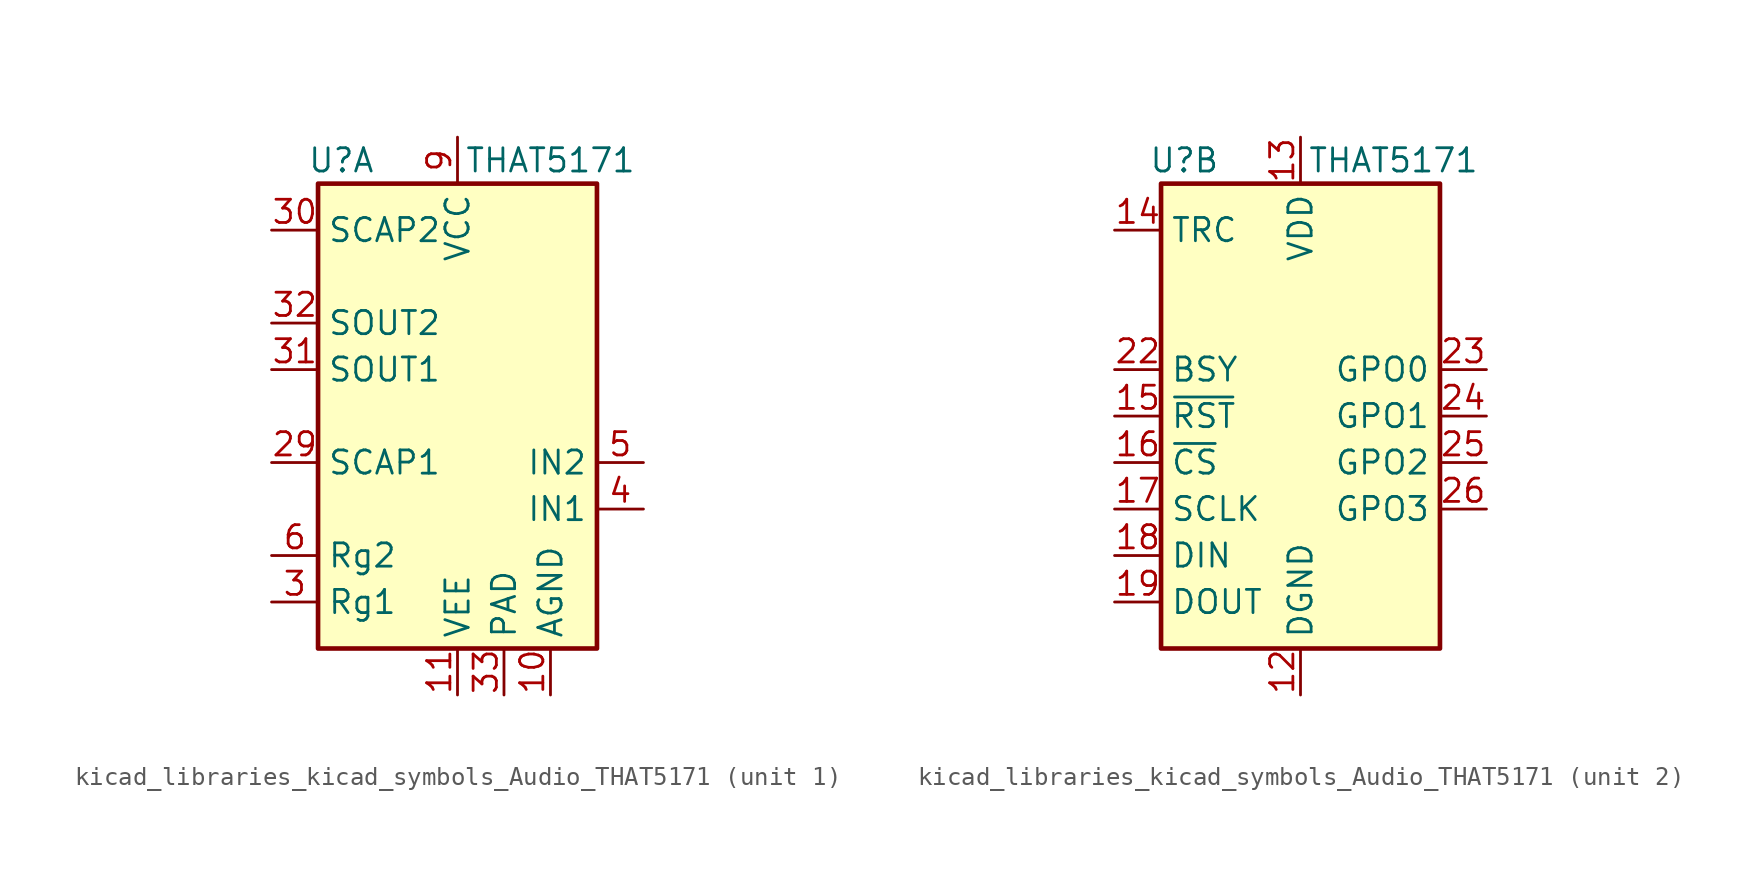
<source format=kicad_sym>
(kicad_symbol_lib
  (version 20220914)
  (generator kicad_symbol_editor)
  (symbol "kicad_libraries_kicad_symbols_Audio_THAT5171"
    (property "Reference" "U"
      (at -6.35 13.97 0)
      (effects (font (size 1.27 1.27))))
    (property "Value" "THAT5171"
      (at 5.08 13.97 0)
      (effects (font (size 1.27 1.27))))
    (property "ki_locked" ""
      (at 0 0 0)
      (effects (font (size 1.27 1.27))))
    (symbol "kicad_libraries_kicad_symbols_Audio_THAT5171_0_1"
      (rectangle (start -7.62 12.7) (end 7.62 -12.7) (stroke (width 0.254) (type default)) (fill (type background))))
    (symbol "kicad_libraries_kicad_symbols_Audio_THAT5171_1_1"
      (pin no_connect line (at 7.62 10.16 180) (length 2.54) hide (name "NC" (effects (font (size 1.27 1.27)))) (number "1" (effects (font (size 1.27 1.27)))))
      (pin power_in line (at 5.08 -15.24 90) (length 2.54) (name "AGND" (effects (font (size 1.27 1.27)))) (number "10" (effects (font (size 1.27 1.27)))))
      (pin power_in line (at 0 -15.24 90) (length 2.54) (name "VEE" (effects (font (size 1.27 1.27)))) (number "11" (effects (font (size 1.27 1.27)))))
      (pin no_connect line (at 7.62 7.62 180) (length 2.54) hide (name "NC" (effects (font (size 1.27 1.27)))) (number "2" (effects (font (size 1.27 1.27)))))
      (pin no_connect line (at 7.62 0 180) (length 2.54) hide (name "NC" (effects (font (size 1.27 1.27)))) (number "27" (effects (font (size 1.27 1.27)))))
      (pin passive line (at 5.08 -15.24 90) (length 2.54) hide (name "AGND" (effects (font (size 1.27 1.27)))) (number "28" (effects (font (size 1.27 1.27)))))
      (pin passive line (at -10.16 -2.54 0) (length 2.54) (name "SCAP1" (effects (font (size 1.27 1.27)))) (number "29" (effects (font (size 1.27 1.27)))))
      (pin passive line (at -10.16 -10.16 0) (length 2.54) (name "Rg1" (effects (font (size 1.27 1.27)))) (number "3" (effects (font (size 1.27 1.27)))))
      (pin passive line (at -10.16 10.16 0) (length 2.54) (name "SCAP2" (effects (font (size 1.27 1.27)))) (number "30" (effects (font (size 1.27 1.27)))))
      (pin output line (at -10.16 2.54 0) (length 2.54) (name "SOUT1" (effects (font (size 1.27 1.27)))) (number "31" (effects (font (size 1.27 1.27)))))
      (pin output line (at -10.16 5.08 0) (length 2.54) (name "SOUT2" (effects (font (size 1.27 1.27)))) (number "32" (effects (font (size 1.27 1.27)))))
      (pin passive line (at 2.54 -15.24 90) (length 2.54) (name "PAD" (effects (font (size 1.27 1.27)))) (number "33" (effects (font (size 1.27 1.27)))))
      (pin input line (at 10.16 -5.08 180) (length 2.54) (name "IN1" (effects (font (size 1.27 1.27)))) (number "4" (effects (font (size 1.27 1.27)))))
      (pin input line (at 10.16 -2.54 180) (length 2.54) (name "IN2" (effects (font (size 1.27 1.27)))) (number "5" (effects (font (size 1.27 1.27)))))
      (pin passive line (at -10.16 -7.62 0) (length 2.54) (name "Rg2" (effects (font (size 1.27 1.27)))) (number "6" (effects (font (size 1.27 1.27)))))
      (pin no_connect line (at 7.62 5.08 180) (length 2.54) hide (name "NC" (effects (font (size 1.27 1.27)))) (number "7" (effects (font (size 1.27 1.27)))))
      (pin no_connect line (at 7.62 2.54 180) (length 2.54) hide (name "NC" (effects (font (size 1.27 1.27)))) (number "8" (effects (font (size 1.27 1.27)))))
      (pin power_in line (at 0 15.24 270) (length 2.54) (name "VCC" (effects (font (size 1.27 1.27)))) (number "9" (effects (font (size 1.27 1.27))))))
    (symbol "kicad_libraries_kicad_symbols_Audio_THAT5171_2_1"
      (pin power_in line (at 0 -15.24 90) (length 2.54) (name "DGND" (effects (font (size 1.27 1.27)))) (number "12" (effects (font (size 1.27 1.27)))))
      (pin power_in line (at 0 15.24 270) (length 2.54) (name "VDD" (effects (font (size 1.27 1.27)))) (number "13" (effects (font (size 1.27 1.27)))))
      (pin passive line (at -10.16 10.16 0) (length 2.54) (name "TRC" (effects (font (size 1.27 1.27)))) (number "14" (effects (font (size 1.27 1.27)))))
      (pin input line (at -10.16 0 0) (length 2.54) (name "~{RST}" (effects (font (size 1.27 1.27)))) (number "15" (effects (font (size 1.27 1.27)))))
      (pin input line (at -10.16 -2.54 0) (length 2.54) (name "~{CS}" (effects (font (size 1.27 1.27)))) (number "16" (effects (font (size 1.27 1.27)))))
      (pin input line (at -10.16 -5.08 0) (length 2.54) (name "SCLK" (effects (font (size 1.27 1.27)))) (number "17" (effects (font (size 1.27 1.27)))))
      (pin input line (at -10.16 -7.62 0) (length 2.54) (name "DIN" (effects (font (size 1.27 1.27)))) (number "18" (effects (font (size 1.27 1.27)))))
      (pin tri_state line (at -10.16 -10.16 0) (length 2.54) (name "DOUT" (effects (font (size 1.27 1.27)))) (number "19" (effects (font (size 1.27 1.27)))))
      (pin passive line (at 0 -15.24 90) (length 2.54) hide (name "DGND" (effects (font (size 1.27 1.27)))) (number "20" (effects (font (size 1.27 1.27)))))
      (pin passive line (at 0 15.24 270) (length 2.54) hide (name "VDD" (effects (font (size 1.27 1.27)))) (number "21" (effects (font (size 1.27 1.27)))))
      (pin output line (at -10.16 2.54 0) (length 2.54) (name "BSY" (effects (font (size 1.27 1.27)))) (number "22" (effects (font (size 1.27 1.27)))))
      (pin bidirectional line (at 10.16 2.54 180) (length 2.54) (name "GPO0" (effects (font (size 1.27 1.27)))) (number "23" (effects (font (size 1.27 1.27)))))
      (pin bidirectional line (at 10.16 0 180) (length 2.54) (name "GPO1" (effects (font (size 1.27 1.27)))) (number "24" (effects (font (size 1.27 1.27)))))
      (pin bidirectional line (at 10.16 -2.54 180) (length 2.54) (name "GPO2" (effects (font (size 1.27 1.27)))) (number "25" (effects (font (size 1.27 1.27)))))
      (pin bidirectional line (at 10.16 -5.08 180) (length 2.54) (name "GPO3" (effects (font (size 1.27 1.27)))) (number "26" (effects (font (size 1.27 1.27))))))))
</source>
